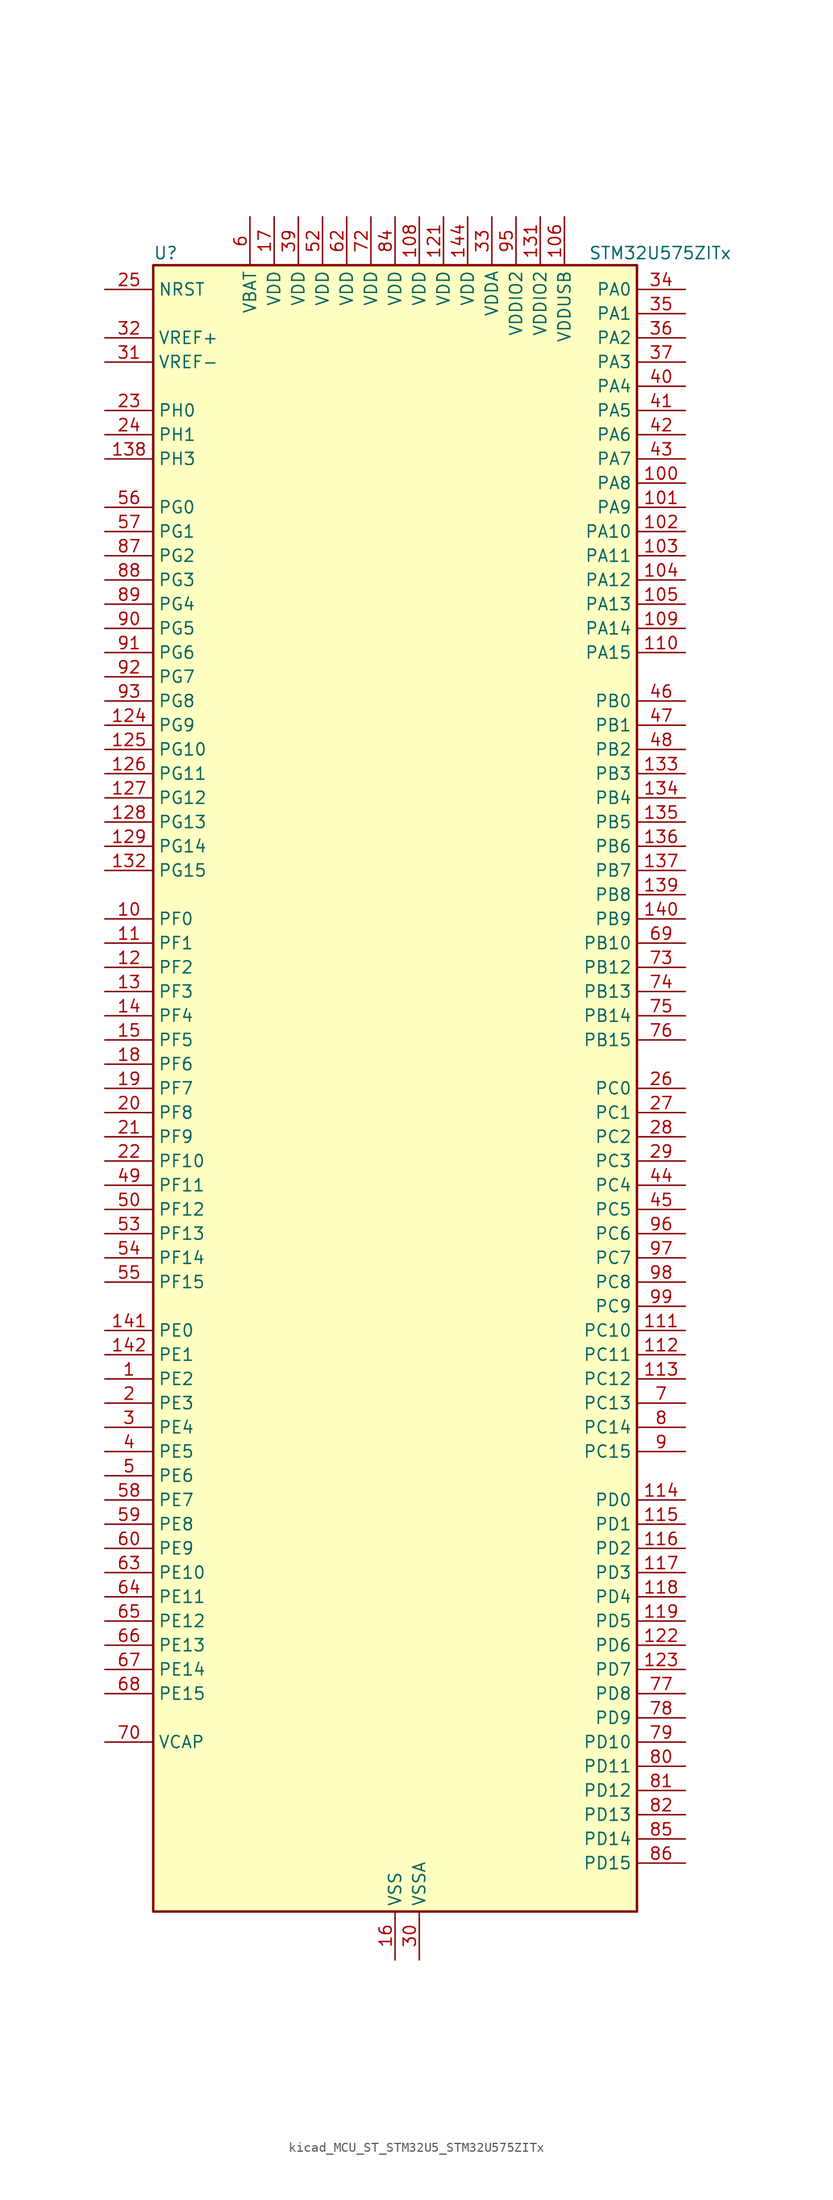
<source format=kicad_sym>
(kicad_symbol_lib
  (version 20220914)
  (generator kicad_symbol_editor)
  (symbol "kicad_MCU_ST_STM32U5_STM32U575ZITx"
    (property "Reference" "U"
      (at -25.4 87.63 0)
      (effects (font (size 1.27 1.27)) (justify left)))
    (property "Value" "STM32U575ZITx"
      (at 20.32 87.63 0)
      (effects (font (size 1.27 1.27)) (justify left)))
    (property "ki_locked" ""
      (at 0 0 0)
      (effects (font (size 1.27 1.27))))
    (symbol "kicad_MCU_ST_STM32U5_STM32U575ZITx_0_1"
      (rectangle (start -25.4 -86.36) (end 25.4 86.36) (stroke (width 0.254) (type default)) (fill (type background))))
    (symbol "kicad_MCU_ST_STM32U5_STM32U575ZITx_1_1"
      (pin bidirectional line (at -30.48 -30.48 0) (length 5.08) (name "PE2" (effects (font (size 1.27 1.27)))) (number "1" (effects (font (size 1.27 1.27)))) (alternate "DEBUG_TRACECLK" bidirectional line) (alternate "FMC_A23" bidirectional line) (alternate "SAI1_CK1" bidirectional line) (alternate "SAI1_MCLK_A" bidirectional line) (alternate "TIM3_ETR" bidirectional line) (alternate "TSC_G7_IO1" bidirectional line))
      (pin bidirectional line (at -30.48 17.78 0) (length 5.08) (name "PF0" (effects (font (size 1.27 1.27)))) (number "10" (effects (font (size 1.27 1.27)))) (alternate "FMC_A0" bidirectional line) (alternate "I2C2_SDA" bidirectional line) (alternate "OCTOSPIM_P2_IO0" bidirectional line))
      (pin bidirectional line (at 30.48 63.5 180) (length 5.08) (name "PA8" (effects (font (size 1.27 1.27)))) (number "100" (effects (font (size 1.27 1.27)))) (alternate "DEBUG_TRACECLK" bidirectional line) (alternate "LPTIM2_CH1" bidirectional line) (alternate "RCC_MCO" bidirectional line) (alternate "SAI1_CK2" bidirectional line) (alternate "SAI1_SCK_A" bidirectional line) (alternate "SPI1_RDY" bidirectional line) (alternate "TIM1_CH1" bidirectional line) (alternate "USART1_CK" bidirectional line) (alternate "USB_OTG_FS_SOF" bidirectional line))
      (pin bidirectional line (at 30.48 60.96 180) (length 5.08) (name "PA9" (effects (font (size 1.27 1.27)))) (number "101" (effects (font (size 1.27 1.27)))) (alternate "DAC1_EXTI9" bidirectional line) (alternate "DCMI_D0" bidirectional line) (alternate "PSSI_D0" bidirectional line) (alternate "SAI1_FS_A" bidirectional line) (alternate "SPI2_SCK" bidirectional line) (alternate "TIM15_BKIN" bidirectional line) (alternate "TIM1_CH2" bidirectional line) (alternate "USART1_TX" bidirectional line) (alternate "USB_OTG_FS_VBUS" bidirectional line))
      (pin bidirectional line (at 30.48 58.42 180) (length 5.08) (name "PA10" (effects (font (size 1.27 1.27)))) (number "102" (effects (font (size 1.27 1.27)))) (alternate "CRS_SYNC" bidirectional line) (alternate "DCMI_D1" bidirectional line) (alternate "LPTIM2_IN2" bidirectional line) (alternate "PSSI_D1" bidirectional line) (alternate "SAI1_D1" bidirectional line) (alternate "SAI1_SD_A" bidirectional line) (alternate "TIM17_BKIN" bidirectional line) (alternate "TIM1_CH3" bidirectional line) (alternate "USART1_RX" bidirectional line) (alternate "USB_OTG_FS_ID" bidirectional line))
      (pin bidirectional line (at 30.48 55.88 180) (length 5.08) (name "PA11" (effects (font (size 1.27 1.27)))) (number "103" (effects (font (size 1.27 1.27)))) (alternate "ADC1_EXTI11" bidirectional line) (alternate "FDCAN1_RX" bidirectional line) (alternate "SPI1_MISO" bidirectional line) (alternate "TIM1_BKIN2" bidirectional line) (alternate "TIM1_CH4" bidirectional line) (alternate "USART1_CTS" bidirectional line) (alternate "USB_OTG_FS_DM" bidirectional line))
      (pin bidirectional line (at 30.48 53.34 180) (length 5.08) (name "PA12" (effects (font (size 1.27 1.27)))) (number "104" (effects (font (size 1.27 1.27)))) (alternate "FDCAN1_TX" bidirectional line) (alternate "OCTOSPIM_P2_NCS" bidirectional line) (alternate "SPI1_MOSI" bidirectional line) (alternate "TIM1_ETR" bidirectional line) (alternate "USART1_DE" bidirectional line) (alternate "USART1_RTS" bidirectional line) (alternate "USB_OTG_FS_DP" bidirectional line))
      (pin bidirectional line (at 30.48 50.8 180) (length 5.08) (name "PA13" (effects (font (size 1.27 1.27)))) (number "105" (effects (font (size 1.27 1.27)))) (alternate "DEBUG_JTMS-SWDIO" bidirectional line) (alternate "IR_OUT" bidirectional line) (alternate "SAI1_SD_B" bidirectional line) (alternate "USB_OTG_FS_NOE" bidirectional line))
      (pin power_in line (at 17.78 91.44 270) (length 5.08) (name "VDDUSB" (effects (font (size 1.27 1.27)))) (number "106" (effects (font (size 1.27 1.27)))))
      (pin passive line (at 0 -91.44 90) (length 5.08) hide (name "VSS" (effects (font (size 1.27 1.27)))) (number "107" (effects (font (size 1.27 1.27)))))
      (pin power_in line (at 2.54 91.44 270) (length 5.08) (name "VDD" (effects (font (size 1.27 1.27)))) (number "108" (effects (font (size 1.27 1.27)))))
      (pin bidirectional line (at 30.48 48.26 180) (length 5.08) (name "PA14" (effects (font (size 1.27 1.27)))) (number "109" (effects (font (size 1.27 1.27)))) (alternate "DEBUG_JTCK-SWCLK" bidirectional line) (alternate "I2C1_SMBA" bidirectional line) (alternate "I2C4_SMBA" bidirectional line) (alternate "LPTIM1_CH1" bidirectional line) (alternate "SAI1_FS_B" bidirectional line) (alternate "USB_OTG_FS_SOF" bidirectional line))
      (pin bidirectional line (at -30.48 15.24 0) (length 5.08) (name "PF1" (effects (font (size 1.27 1.27)))) (number "11" (effects (font (size 1.27 1.27)))) (alternate "FMC_A1" bidirectional line) (alternate "I2C2_SCL" bidirectional line) (alternate "OCTOSPIM_P2_IO1" bidirectional line))
      (pin bidirectional line (at 30.48 45.72 180) (length 5.08) (name "PA15" (effects (font (size 1.27 1.27)))) (number "110" (effects (font (size 1.27 1.27)))) (alternate "ADC1_EXTI15" bidirectional line) (alternate "ADC4_EXTI15" bidirectional line) (alternate "DEBUG_JTDI" bidirectional line) (alternate "SAI2_FS_B" bidirectional line) (alternate "SPI1_NSS" bidirectional line) (alternate "SPI3_NSS" bidirectional line) (alternate "TIM2_CH1" bidirectional line) (alternate "TIM2_ETR" bidirectional line) (alternate "UART4_DE" bidirectional line) (alternate "UART4_RTS" bidirectional line) (alternate "UCPD1_CC1" bidirectional line) (alternate "USART2_RX" bidirectional line) (alternate "USART3_DE" bidirectional line) (alternate "USART3_RTS" bidirectional line))
      (pin bidirectional line (at 30.48 -25.4 180) (length 5.08) (name "PC10" (effects (font (size 1.27 1.27)))) (number "111" (effects (font (size 1.27 1.27)))) (alternate "ADF1_CCK1" bidirectional line) (alternate "DCMI_D8" bidirectional line) (alternate "DEBUG_TRACED1" bidirectional line) (alternate "LPTIM3_ETR" bidirectional line) (alternate "PSSI_D8" bidirectional line) (alternate "SAI2_SCK_B" bidirectional line) (alternate "SDMMC1_D2" bidirectional line) (alternate "SPI3_SCK" bidirectional line) (alternate "TSC_G3_IO2" bidirectional line) (alternate "UART4_TX" bidirectional line) (alternate "USART3_TX" bidirectional line))
      (pin bidirectional line (at 30.48 -27.94 180) (length 5.08) (name "PC11" (effects (font (size 1.27 1.27)))) (number "112" (effects (font (size 1.27 1.27)))) (alternate "ADC1_EXTI11" bidirectional line) (alternate "ADF1_SDI0" bidirectional line) (alternate "DCMI_D2" bidirectional line) (alternate "DCMI_D4" bidirectional line) (alternate "LPTIM3_IN1" bidirectional line) (alternate "OCTOSPIM_P1_NCS" bidirectional line) (alternate "PSSI_D2" bidirectional line) (alternate "PSSI_D4" bidirectional line) (alternate "SAI2_MCLK_B" bidirectional line) (alternate "SDMMC1_D3" bidirectional line) (alternate "SPI3_MISO" bidirectional line) (alternate "TSC_G3_IO3" bidirectional line) (alternate "UART4_RX" bidirectional line) (alternate "UCPD1_FRSTX2" bidirectional line) (alternate "USART3_RX" bidirectional line))
      (pin bidirectional line (at 30.48 -30.48 180) (length 5.08) (name "PC12" (effects (font (size 1.27 1.27)))) (number "113" (effects (font (size 1.27 1.27)))) (alternate "DCMI_D9" bidirectional line) (alternate "DEBUG_TRACED3" bidirectional line) (alternate "PSSI_D9" bidirectional line) (alternate "SAI2_SD_B" bidirectional line) (alternate "SDMMC1_CK" bidirectional line) (alternate "SPI3_MOSI" bidirectional line) (alternate "TSC_G3_IO4" bidirectional line) (alternate "UART5_TX" bidirectional line) (alternate "USART3_CK" bidirectional line))
      (pin bidirectional line (at 30.48 -43.18 180) (length 5.08) (name "PD0" (effects (font (size 1.27 1.27)))) (number "114" (effects (font (size 1.27 1.27)))) (alternate "FDCAN1_RX" bidirectional line) (alternate "FMC_D2" bidirectional line) (alternate "FMC_DA2" bidirectional line) (alternate "SPI2_NSS" bidirectional line) (alternate "TIM8_CH4N" bidirectional line))
      (pin bidirectional line (at 30.48 -45.72 180) (length 5.08) (name "PD1" (effects (font (size 1.27 1.27)))) (number "115" (effects (font (size 1.27 1.27)))) (alternate "FDCAN1_TX" bidirectional line) (alternate "FMC_D3" bidirectional line) (alternate "FMC_DA3" bidirectional line) (alternate "SPI2_SCK" bidirectional line))
      (pin bidirectional line (at 30.48 -48.26 180) (length 5.08) (name "PD2" (effects (font (size 1.27 1.27)))) (number "116" (effects (font (size 1.27 1.27)))) (alternate "DCMI_D11" bidirectional line) (alternate "DEBUG_TRACED2" bidirectional line) (alternate "LPTIM4_ETR" bidirectional line) (alternate "PSSI_D11" bidirectional line) (alternate "SDMMC1_CMD" bidirectional line) (alternate "TIM3_ETR" bidirectional line) (alternate "TSC_SYNC" bidirectional line) (alternate "UART5_RX" bidirectional line) (alternate "USART3_DE" bidirectional line) (alternate "USART3_RTS" bidirectional line))
      (pin bidirectional line (at 30.48 -50.8 180) (length 5.08) (name "PD3" (effects (font (size 1.27 1.27)))) (number "117" (effects (font (size 1.27 1.27)))) (alternate "DCMI_D5" bidirectional line) (alternate "FMC_CLK" bidirectional line) (alternate "MDF1_SDI0" bidirectional line) (alternate "OCTOSPIM_P2_NCS" bidirectional line) (alternate "PSSI_D5" bidirectional line) (alternate "SPI2_MISO" bidirectional line) (alternate "SPI2_SCK" bidirectional line) (alternate "USART2_CTS" bidirectional line))
      (pin bidirectional line (at 30.48 -53.34 180) (length 5.08) (name "PD4" (effects (font (size 1.27 1.27)))) (number "118" (effects (font (size 1.27 1.27)))) (alternate "FMC_NOE" bidirectional line) (alternate "MDF1_CKI0" bidirectional line) (alternate "OCTOSPIM_P1_IO4" bidirectional line) (alternate "SPI2_MOSI" bidirectional line) (alternate "USART2_DE" bidirectional line) (alternate "USART2_RTS" bidirectional line))
      (pin bidirectional line (at 30.48 -55.88 180) (length 5.08) (name "PD5" (effects (font (size 1.27 1.27)))) (number "119" (effects (font (size 1.27 1.27)))) (alternate "FMC_NWE" bidirectional line) (alternate "OCTOSPIM_P1_IO5" bidirectional line) (alternate "SPI2_RDY" bidirectional line) (alternate "USART2_TX" bidirectional line))
      (pin bidirectional line (at -30.48 12.7 0) (length 5.08) (name "PF2" (effects (font (size 1.27 1.27)))) (number "12" (effects (font (size 1.27 1.27)))) (alternate "FMC_A2" bidirectional line) (alternate "I2C2_SMBA" bidirectional line) (alternate "LPTIM3_CH2" bidirectional line) (alternate "OCTOSPIM_P2_IO2" bidirectional line) (alternate "PWR_WKUP8" bidirectional line))
      (pin passive line (at 0 -91.44 90) (length 5.08) hide (name "VSS" (effects (font (size 1.27 1.27)))) (number "120" (effects (font (size 1.27 1.27)))))
      (pin power_in line (at 5.08 91.44 270) (length 5.08) (name "VDD" (effects (font (size 1.27 1.27)))) (number "121" (effects (font (size 1.27 1.27)))))
      (pin bidirectional line (at 30.48 -58.42 180) (length 5.08) (name "PD6" (effects (font (size 1.27 1.27)))) (number "122" (effects (font (size 1.27 1.27)))) (alternate "DCMI_D10" bidirectional line) (alternate "FMC_NWAIT" bidirectional line) (alternate "MDF1_SDI1" bidirectional line) (alternate "OCTOSPIM_P1_IO6" bidirectional line) (alternate "PSSI_D10" bidirectional line) (alternate "SAI1_D1" bidirectional line) (alternate "SAI1_SD_A" bidirectional line) (alternate "SDMMC2_CK" bidirectional line) (alternate "SPI3_MOSI" bidirectional line) (alternate "USART2_RX" bidirectional line))
      (pin bidirectional line (at 30.48 -60.96 180) (length 5.08) (name "PD7" (effects (font (size 1.27 1.27)))) (number "123" (effects (font (size 1.27 1.27)))) (alternate "FMC_NCE" bidirectional line) (alternate "FMC_NE1" bidirectional line) (alternate "LPTIM4_OUT" bidirectional line) (alternate "MDF1_CKI1" bidirectional line) (alternate "OCTOSPIM_P1_IO7" bidirectional line) (alternate "SDMMC2_CMD" bidirectional line) (alternate "USART2_CK" bidirectional line))
      (pin bidirectional line (at -30.48 38.1 0) (length 5.08) (name "PG9" (effects (font (size 1.27 1.27)))) (number "124" (effects (font (size 1.27 1.27)))) (alternate "DAC1_EXTI9" bidirectional line) (alternate "FMC_NCE" bidirectional line) (alternate "FMC_NE2" bidirectional line) (alternate "OCTOSPIM_P2_IO6" bidirectional line) (alternate "SAI2_SCK_A" bidirectional line) (alternate "SPI3_SCK" bidirectional line) (alternate "TIM15_CH1N" bidirectional line) (alternate "USART1_TX" bidirectional line))
      (pin bidirectional line (at -30.48 35.56 0) (length 5.08) (name "PG10" (effects (font (size 1.27 1.27)))) (number "125" (effects (font (size 1.27 1.27)))) (alternate "FMC_NE3" bidirectional line) (alternate "LPTIM1_IN1" bidirectional line) (alternate "OCTOSPIM_P2_IO7" bidirectional line) (alternate "SAI2_FS_A" bidirectional line) (alternate "SPI3_MISO" bidirectional line) (alternate "TIM15_CH1" bidirectional line) (alternate "USART1_RX" bidirectional line))
      (pin bidirectional line (at -30.48 33.02 0) (length 5.08) (name "PG11" (effects (font (size 1.27 1.27)))) (number "126" (effects (font (size 1.27 1.27)))) (alternate "ADC1_EXTI11" bidirectional line) (alternate "LPTIM1_IN2" bidirectional line) (alternate "OCTOSPIM_P1_IO5" bidirectional line) (alternate "SAI2_MCLK_A" bidirectional line) (alternate "SPI3_MOSI" bidirectional line) (alternate "TIM15_CH2" bidirectional line) (alternate "USART1_CTS" bidirectional line))
      (pin bidirectional line (at -30.48 30.48 0) (length 5.08) (name "PG12" (effects (font (size 1.27 1.27)))) (number "127" (effects (font (size 1.27 1.27)))) (alternate "FMC_NE4" bidirectional line) (alternate "LPTIM1_ETR" bidirectional line) (alternate "OCTOSPIM_P2_NCS" bidirectional line) (alternate "SAI2_SD_A" bidirectional line) (alternate "SPI3_NSS" bidirectional line) (alternate "USART1_DE" bidirectional line) (alternate "USART1_RTS" bidirectional line))
      (pin bidirectional line (at -30.48 27.94 0) (length 5.08) (name "PG13" (effects (font (size 1.27 1.27)))) (number "128" (effects (font (size 1.27 1.27)))) (alternate "FMC_A24" bidirectional line) (alternate "I2C1_SDA" bidirectional line) (alternate "SPI3_RDY" bidirectional line) (alternate "USART1_CK" bidirectional line))
      (pin bidirectional line (at -30.48 25.4 0) (length 5.08) (name "PG14" (effects (font (size 1.27 1.27)))) (number "129" (effects (font (size 1.27 1.27)))) (alternate "FMC_A25" bidirectional line) (alternate "I2C1_SCL" bidirectional line) (alternate "LPTIM1_CH2" bidirectional line))
      (pin bidirectional line (at -30.48 10.16 0) (length 5.08) (name "PF3" (effects (font (size 1.27 1.27)))) (number "13" (effects (font (size 1.27 1.27)))) (alternate "FMC_A3" bidirectional line) (alternate "LPTIM3_IN1" bidirectional line) (alternate "OCTOSPIM_P2_IO3" bidirectional line))
      (pin passive line (at 0 -91.44 90) (length 5.08) hide (name "VSS" (effects (font (size 1.27 1.27)))) (number "130" (effects (font (size 1.27 1.27)))))
      (pin power_in line (at 15.24 91.44 270) (length 5.08) (name "VDDIO2" (effects (font (size 1.27 1.27)))) (number "131" (effects (font (size 1.27 1.27)))))
      (pin bidirectional line (at -30.48 22.86 0) (length 5.08) (name "PG15" (effects (font (size 1.27 1.27)))) (number "132" (effects (font (size 1.27 1.27)))) (alternate "ADC1_EXTI15" bidirectional line) (alternate "ADC4_EXTI15" bidirectional line) (alternate "DCMI_D13" bidirectional line) (alternate "I2C1_SMBA" bidirectional line) (alternate "LPTIM1_CH1" bidirectional line) (alternate "OCTOSPIM_P2_DQS" bidirectional line) (alternate "PSSI_D13" bidirectional line))
      (pin bidirectional line (at 30.48 33.02 180) (length 5.08) (name "PB3" (effects (font (size 1.27 1.27)))) (number "133" (effects (font (size 1.27 1.27)))) (alternate "ADF1_CCK0" bidirectional line) (alternate "COMP2_INM" bidirectional line) (alternate "CRS_SYNC" bidirectional line) (alternate "DEBUG_JTDO-SWO" bidirectional line) (alternate "I2C1_SDA" bidirectional line) (alternate "LPTIM1_CH1" bidirectional line) (alternate "SAI1_SCK_B" bidirectional line) (alternate "SDMMC2_D2" bidirectional line) (alternate "SPI1_SCK" bidirectional line) (alternate "SPI3_SCK" bidirectional line) (alternate "TIM2_CH2" bidirectional line) (alternate "USART1_DE" bidirectional line) (alternate "USART1_RTS" bidirectional line))
      (pin bidirectional line (at 30.48 30.48 180) (length 5.08) (name "PB4" (effects (font (size 1.27 1.27)))) (number "134" (effects (font (size 1.27 1.27)))) (alternate "ADF1_SDI0" bidirectional line) (alternate "COMP2_INP" bidirectional line) (alternate "DCMI_D12" bidirectional line) (alternate "DEBUG_JTRST" bidirectional line) (alternate "I2C3_SDA" bidirectional line) (alternate "LPTIM1_CH2" bidirectional line) (alternate "PSSI_D12" bidirectional line) (alternate "SAI1_MCLK_B" bidirectional line) (alternate "SDMMC2_D3" bidirectional line) (alternate "SPI1_MISO" bidirectional line) (alternate "SPI3_MISO" bidirectional line) (alternate "TIM17_BKIN" bidirectional line) (alternate "TIM3_CH1" bidirectional line) (alternate "TSC_G2_IO1" bidirectional line) (alternate "UART5_DE" bidirectional line) (alternate "UART5_RTS" bidirectional line) (alternate "USART1_CTS" bidirectional line))
      (pin bidirectional line (at 30.48 27.94 180) (length 5.08) (name "PB5" (effects (font (size 1.27 1.27)))) (number "135" (effects (font (size 1.27 1.27)))) (alternate "COMP2_OUT" bidirectional line) (alternate "DCMI_D10" bidirectional line) (alternate "I2C1_SMBA" bidirectional line) (alternate "LPTIM1_IN1" bidirectional line) (alternate "OCTOSPIM_P1_NCLK" bidirectional line) (alternate "PSSI_D10" bidirectional line) (alternate "PWR_WKUP6" bidirectional line) (alternate "SAI1_SD_B" bidirectional line) (alternate "SPI1_MOSI" bidirectional line) (alternate "SPI3_MOSI" bidirectional line) (alternate "TIM16_BKIN" bidirectional line) (alternate "TIM3_CH2" bidirectional line) (alternate "TSC_G2_IO2" bidirectional line) (alternate "UART5_CTS" bidirectional line) (alternate "UCPD1_DBCC1" bidirectional line) (alternate "USART1_CK" bidirectional line))
      (pin bidirectional line (at 30.48 25.4 180) (length 5.08) (name "PB6" (effects (font (size 1.27 1.27)))) (number "136" (effects (font (size 1.27 1.27)))) (alternate "COMP2_INP" bidirectional line) (alternate "DCMI_D5" bidirectional line) (alternate "I2C1_SCL" bidirectional line) (alternate "I2C4_SCL" bidirectional line) (alternate "LPTIM1_ETR" bidirectional line) (alternate "MDF1_SDI5" bidirectional line) (alternate "PSSI_D5" bidirectional line) (alternate "PWR_WKUP3" bidirectional line) (alternate "SAI1_FS_B" bidirectional line) (alternate "TIM16_CH1N" bidirectional line) (alternate "TIM4_CH1" bidirectional line) (alternate "TIM8_BKIN2" bidirectional line) (alternate "TSC_G2_IO3" bidirectional line) (alternate "USART1_TX" bidirectional line))
      (pin bidirectional line (at 30.48 22.86 180) (length 5.08) (name "PB7" (effects (font (size 1.27 1.27)))) (number "137" (effects (font (size 1.27 1.27)))) (alternate "COMP2_INM" bidirectional line) (alternate "DCMI_VSYNC" bidirectional line) (alternate "FMC_NL" bidirectional line) (alternate "I2C1_SDA" bidirectional line) (alternate "I2C4_SDA" bidirectional line) (alternate "LPTIM1_IN2" bidirectional line) (alternate "MDF1_CKI5" bidirectional line) (alternate "PSSI_RDY" bidirectional line) (alternate "PWR_PVD_IN" bidirectional line) (alternate "PWR_WKUP4" bidirectional line) (alternate "TIM17_CH1N" bidirectional line) (alternate "TIM4_CH2" bidirectional line) (alternate "TIM8_BKIN" bidirectional line) (alternate "TSC_G2_IO4" bidirectional line) (alternate "UART4_CTS" bidirectional line) (alternate "USART1_RX" bidirectional line))
      (pin bidirectional line (at -30.48 66.04 0) (length 5.08) (name "PH3" (effects (font (size 1.27 1.27)))) (number "138" (effects (font (size 1.27 1.27)))))
      (pin bidirectional line (at 30.48 20.32 180) (length 5.08) (name "PB8" (effects (font (size 1.27 1.27)))) (number "139" (effects (font (size 1.27 1.27)))) (alternate "DCMI_D6" bidirectional line) (alternate "FDCAN1_RX" bidirectional line) (alternate "I2C1_SCL" bidirectional line) (alternate "MDF1_CCK0" bidirectional line) (alternate "PSSI_D6" bidirectional line) (alternate "PWR_WKUP5" bidirectional line) (alternate "SAI1_CK1" bidirectional line) (alternate "SAI1_MCLK_A" bidirectional line) (alternate "SDMMC1_CKIN" bidirectional line) (alternate "SDMMC1_D4" bidirectional line) (alternate "SDMMC2_D4" bidirectional line) (alternate "SPI3_RDY" bidirectional line) (alternate "TIM16_CH1" bidirectional line) (alternate "TIM4_CH3" bidirectional line))
      (pin bidirectional line (at -30.48 7.62 0) (length 5.08) (name "PF4" (effects (font (size 1.27 1.27)))) (number "14" (effects (font (size 1.27 1.27)))) (alternate "FMC_A4" bidirectional line) (alternate "LPTIM3_ETR" bidirectional line) (alternate "OCTOSPIM_P2_CLK" bidirectional line))
      (pin bidirectional line (at 30.48 17.78 180) (length 5.08) (name "PB9" (effects (font (size 1.27 1.27)))) (number "140" (effects (font (size 1.27 1.27)))) (alternate "DAC1_EXTI9" bidirectional line) (alternate "DCMI_D7" bidirectional line) (alternate "FDCAN1_TX" bidirectional line) (alternate "I2C1_SDA" bidirectional line) (alternate "IR_OUT" bidirectional line) (alternate "PSSI_D7" bidirectional line) (alternate "SAI1_D2" bidirectional line) (alternate "SAI1_FS_A" bidirectional line) (alternate "SDMMC1_CDIR" bidirectional line) (alternate "SDMMC1_D5" bidirectional line) (alternate "SDMMC2_D5" bidirectional line) (alternate "SPI2_NSS" bidirectional line) (alternate "TIM17_CH1" bidirectional line) (alternate "TIM4_CH4" bidirectional line))
      (pin bidirectional line (at -30.48 -25.4 0) (length 5.08) (name "PE0" (effects (font (size 1.27 1.27)))) (number "141" (effects (font (size 1.27 1.27)))) (alternate "DCMI_D2" bidirectional line) (alternate "FMC_NBL0" bidirectional line) (alternate "PSSI_D2" bidirectional line) (alternate "TIM16_CH1" bidirectional line) (alternate "TIM4_ETR" bidirectional line))
      (pin bidirectional line (at -30.48 -27.94 0) (length 5.08) (name "PE1" (effects (font (size 1.27 1.27)))) (number "142" (effects (font (size 1.27 1.27)))) (alternate "DCMI_D3" bidirectional line) (alternate "FMC_NBL1" bidirectional line) (alternate "PSSI_D3" bidirectional line) (alternate "TIM17_CH1" bidirectional line))
      (pin passive line (at 0 -91.44 90) (length 5.08) hide (name "VSS" (effects (font (size 1.27 1.27)))) (number "143" (effects (font (size 1.27 1.27)))))
      (pin power_in line (at 7.62 91.44 270) (length 5.08) (name "VDD" (effects (font (size 1.27 1.27)))) (number "144" (effects (font (size 1.27 1.27)))))
      (pin bidirectional line (at -30.48 5.08 0) (length 5.08) (name "PF5" (effects (font (size 1.27 1.27)))) (number "15" (effects (font (size 1.27 1.27)))) (alternate "FMC_A5" bidirectional line) (alternate "LPTIM3_CH1" bidirectional line) (alternate "OCTOSPIM_P2_NCLK" bidirectional line))
      (pin power_in line (at 0 -91.44 90) (length 5.08) (name "VSS" (effects (font (size 1.27 1.27)))) (number "16" (effects (font (size 1.27 1.27)))))
      (pin power_in line (at -12.7 91.44 270) (length 5.08) (name "VDD" (effects (font (size 1.27 1.27)))) (number "17" (effects (font (size 1.27 1.27)))))
      (pin bidirectional line (at -30.48 2.54 0) (length 5.08) (name "PF6" (effects (font (size 1.27 1.27)))) (number "18" (effects (font (size 1.27 1.27)))) (alternate "DCMI_D12" bidirectional line) (alternate "OCTOSPIM_P1_IO3" bidirectional line) (alternate "OCTOSPIM_P2_NCS" bidirectional line) (alternate "PSSI_D12" bidirectional line) (alternate "SAI1_SD_B" bidirectional line) (alternate "TIM5_CH1" bidirectional line) (alternate "TIM5_ETR" bidirectional line))
      (pin bidirectional line (at -30.48 0 0) (length 5.08) (name "PF7" (effects (font (size 1.27 1.27)))) (number "19" (effects (font (size 1.27 1.27)))) (alternate "FDCAN1_RX" bidirectional line) (alternate "OCTOSPIM_P1_IO2" bidirectional line) (alternate "SAI1_MCLK_B" bidirectional line) (alternate "TIM5_CH2" bidirectional line))
      (pin bidirectional line (at -30.48 -33.02 0) (length 5.08) (name "PE3" (effects (font (size 1.27 1.27)))) (number "2" (effects (font (size 1.27 1.27)))) (alternate "DEBUG_TRACED0" bidirectional line) (alternate "FMC_A19" bidirectional line) (alternate "OCTOSPIM_P1_DQS" bidirectional line) (alternate "SAI1_SD_B" bidirectional line) (alternate "TAMP_IN6" bidirectional line) (alternate "TAMP_OUT3" bidirectional line) (alternate "TIM3_CH1" bidirectional line) (alternate "TSC_G7_IO2" bidirectional line))
      (pin bidirectional line (at -30.48 -2.54 0) (length 5.08) (name "PF8" (effects (font (size 1.27 1.27)))) (number "20" (effects (font (size 1.27 1.27)))) (alternate "FDCAN1_TX" bidirectional line) (alternate "OCTOSPIM_P1_IO0" bidirectional line) (alternate "PSSI_D14" bidirectional line) (alternate "SAI1_SCK_B" bidirectional line) (alternate "TIM5_CH3" bidirectional line))
      (pin bidirectional line (at -30.48 -5.08 0) (length 5.08) (name "PF9" (effects (font (size 1.27 1.27)))) (number "21" (effects (font (size 1.27 1.27)))) (alternate "DAC1_EXTI9" bidirectional line) (alternate "OCTOSPIM_P1_IO1" bidirectional line) (alternate "PSSI_D15" bidirectional line) (alternate "SAI1_FS_B" bidirectional line) (alternate "TIM15_CH1" bidirectional line) (alternate "TIM5_CH4" bidirectional line))
      (pin bidirectional line (at -30.48 -7.62 0) (length 5.08) (name "PF10" (effects (font (size 1.27 1.27)))) (number "22" (effects (font (size 1.27 1.27)))) (alternate "DCMI_D11" bidirectional line) (alternate "MDF1_CCK1" bidirectional line) (alternate "OCTOSPIM_P1_CLK" bidirectional line) (alternate "PSSI_D11" bidirectional line) (alternate "PSSI_D15" bidirectional line) (alternate "SAI1_D3" bidirectional line) (alternate "TIM15_CH2" bidirectional line))
      (pin bidirectional line (at -30.48 71.12 0) (length 5.08) (name "PH0" (effects (font (size 1.27 1.27)))) (number "23" (effects (font (size 1.27 1.27)))) (alternate "RCC_OSC_IN" bidirectional line))
      (pin bidirectional line (at -30.48 68.58 0) (length 5.08) (name "PH1" (effects (font (size 1.27 1.27)))) (number "24" (effects (font (size 1.27 1.27)))) (alternate "RCC_OSC_OUT" bidirectional line))
      (pin input line (at -30.48 83.82 0) (length 5.08) (name "NRST" (effects (font (size 1.27 1.27)))) (number "25" (effects (font (size 1.27 1.27)))))
      (pin bidirectional line (at 30.48 0 180) (length 5.08) (name "PC0" (effects (font (size 1.27 1.27)))) (number "26" (effects (font (size 1.27 1.27)))) (alternate "ADC1_IN1" bidirectional line) (alternate "ADC4_IN1" bidirectional line) (alternate "I2C3_SCL" bidirectional line) (alternate "LPTIM1_IN1" bidirectional line) (alternate "LPTIM2_IN1" bidirectional line) (alternate "LPUART1_RX" bidirectional line) (alternate "MDF1_SDI4" bidirectional line) (alternate "OCTOSPIM_P1_IO7" bidirectional line) (alternate "SAI2_FS_A" bidirectional line) (alternate "SDMMC1_D5" bidirectional line) (alternate "SPI2_RDY" bidirectional line))
      (pin bidirectional line (at 30.48 -2.54 180) (length 5.08) (name "PC1" (effects (font (size 1.27 1.27)))) (number "27" (effects (font (size 1.27 1.27)))) (alternate "ADC1_IN2" bidirectional line) (alternate "ADC4_IN2" bidirectional line) (alternate "DEBUG_TRACED0" bidirectional line) (alternate "I2C3_SDA" bidirectional line) (alternate "LPTIM1_CH1" bidirectional line) (alternate "LPUART1_TX" bidirectional line) (alternate "MDF1_CKI4" bidirectional line) (alternate "OCTOSPIM_P1_IO4" bidirectional line) (alternate "SAI1_SD_A" bidirectional line) (alternate "SDMMC2_CK" bidirectional line) (alternate "SPI2_MOSI" bidirectional line))
      (pin bidirectional line (at 30.48 -5.08 180) (length 5.08) (name "PC2" (effects (font (size 1.27 1.27)))) (number "28" (effects (font (size 1.27 1.27)))) (alternate "ADC1_IN3" bidirectional line) (alternate "ADC4_IN3" bidirectional line) (alternate "LPTIM1_IN2" bidirectional line) (alternate "MDF1_CCK1" bidirectional line) (alternate "OCTOSPIM_P1_IO5" bidirectional line) (alternate "SPI2_MISO" bidirectional line))
      (pin bidirectional line (at 30.48 -7.62 180) (length 5.08) (name "PC3" (effects (font (size 1.27 1.27)))) (number "29" (effects (font (size 1.27 1.27)))) (alternate "ADC1_IN4" bidirectional line) (alternate "ADC4_IN4" bidirectional line) (alternate "LPTIM1_ETR" bidirectional line) (alternate "LPTIM2_ETR" bidirectional line) (alternate "LPTIM3_CH1" bidirectional line) (alternate "OCTOSPIM_P1_IO6" bidirectional line) (alternate "SAI1_D1" bidirectional line) (alternate "SAI1_SD_A" bidirectional line) (alternate "SPI2_MOSI" bidirectional line))
      (pin bidirectional line (at -30.48 -35.56 0) (length 5.08) (name "PE4" (effects (font (size 1.27 1.27)))) (number "3" (effects (font (size 1.27 1.27)))) (alternate "DCMI_D4" bidirectional line) (alternate "DEBUG_TRACED1" bidirectional line) (alternate "FMC_A20" bidirectional line) (alternate "MDF1_SDI3" bidirectional line) (alternate "PSSI_D4" bidirectional line) (alternate "PWR_WKUP1" bidirectional line) (alternate "SAI1_D2" bidirectional line) (alternate "SAI1_FS_A" bidirectional line) (alternate "TAMP_IN7" bidirectional line) (alternate "TAMP_OUT8" bidirectional line) (alternate "TIM3_CH2" bidirectional line) (alternate "TSC_G7_IO3" bidirectional line))
      (pin power_in line (at 2.54 -91.44 90) (length 5.08) (name "VSSA" (effects (font (size 1.27 1.27)))) (number "30" (effects (font (size 1.27 1.27)))))
      (pin input line (at -30.48 76.2 0) (length 5.08) (name "VREF-" (effects (font (size 1.27 1.27)))) (number "31" (effects (font (size 1.27 1.27)))))
      (pin input line (at -30.48 78.74 0) (length 5.08) (name "VREF+" (effects (font (size 1.27 1.27)))) (number "32" (effects (font (size 1.27 1.27)))) (alternate "VREFBUF_OUT" bidirectional line))
      (pin power_in line (at 10.16 91.44 270) (length 5.08) (name "VDDA" (effects (font (size 1.27 1.27)))) (number "33" (effects (font (size 1.27 1.27)))))
      (pin bidirectional line (at 30.48 83.82 180) (length 5.08) (name "PA0" (effects (font (size 1.27 1.27)))) (number "34" (effects (font (size 1.27 1.27)))) (alternate "ADC1_IN5" bidirectional line) (alternate "AUDIOCLK" bidirectional line) (alternate "OCTOSPIM_P2_NCS" bidirectional line) (alternate "OPAMP1_VINP" bidirectional line) (alternate "PWR_WKUP1" bidirectional line) (alternate "SDMMC2_CMD" bidirectional line) (alternate "SPI3_RDY" bidirectional line) (alternate "TAMP_IN2" bidirectional line) (alternate "TAMP_OUT1" bidirectional line) (alternate "TIM2_CH1" bidirectional line) (alternate "TIM2_ETR" bidirectional line) (alternate "TIM5_CH1" bidirectional line) (alternate "TIM8_ETR" bidirectional line) (alternate "UART4_TX" bidirectional line) (alternate "USART2_CTS" bidirectional line))
      (pin bidirectional line (at 30.48 81.28 180) (length 5.08) (name "PA1" (effects (font (size 1.27 1.27)))) (number "35" (effects (font (size 1.27 1.27)))) (alternate "ADC1_IN6" bidirectional line) (alternate "I2C1_SMBA" bidirectional line) (alternate "LPTIM1_CH2" bidirectional line) (alternate "OCTOSPIM_P1_DQS" bidirectional line) (alternate "OPAMP1_VINM" bidirectional line) (alternate "PWR_WKUP3" bidirectional line) (alternate "SPI1_SCK" bidirectional line) (alternate "TAMP_IN5" bidirectional line) (alternate "TAMP_OUT4" bidirectional line) (alternate "TIM15_CH1N" bidirectional line) (alternate "TIM2_CH2" bidirectional line) (alternate "TIM5_CH2" bidirectional line) (alternate "UART4_RX" bidirectional line) (alternate "USART2_DE" bidirectional line) (alternate "USART2_RTS" bidirectional line))
      (pin bidirectional line (at 30.48 78.74 180) (length 5.08) (name "PA2" (effects (font (size 1.27 1.27)))) (number "36" (effects (font (size 1.27 1.27)))) (alternate "ADC1_IN7" bidirectional line) (alternate "COMP1_INP" bidirectional line) (alternate "LPUART1_TX" bidirectional line) (alternate "OCTOSPIM_P1_NCS" bidirectional line) (alternate "PWR_WKUP4" bidirectional line) (alternate "RCC_LSCO" bidirectional line) (alternate "SPI1_RDY" bidirectional line) (alternate "TIM15_CH1" bidirectional line) (alternate "TIM2_CH3" bidirectional line) (alternate "TIM5_CH3" bidirectional line) (alternate "UCPD1_FRSTX1" bidirectional line) (alternate "USART2_TX" bidirectional line))
      (pin bidirectional line (at 30.48 76.2 180) (length 5.08) (name "PA3" (effects (font (size 1.27 1.27)))) (number "37" (effects (font (size 1.27 1.27)))) (alternate "ADC1_IN8" bidirectional line) (alternate "LPUART1_RX" bidirectional line) (alternate "OCTOSPIM_P1_CLK" bidirectional line) (alternate "OPAMP1_VOUT" bidirectional line) (alternate "PWR_WKUP5" bidirectional line) (alternate "SAI1_CK1" bidirectional line) (alternate "SAI1_MCLK_A" bidirectional line) (alternate "TIM15_CH2" bidirectional line) (alternate "TIM2_CH4" bidirectional line) (alternate "TIM5_CH4" bidirectional line) (alternate "USART2_RX" bidirectional line))
      (pin passive line (at 0 -91.44 90) (length 5.08) hide (name "VSS" (effects (font (size 1.27 1.27)))) (number "38" (effects (font (size 1.27 1.27)))))
      (pin power_in line (at -10.16 91.44 270) (length 5.08) (name "VDD" (effects (font (size 1.27 1.27)))) (number "39" (effects (font (size 1.27 1.27)))))
      (pin bidirectional line (at -30.48 -38.1 0) (length 5.08) (name "PE5" (effects (font (size 1.27 1.27)))) (number "4" (effects (font (size 1.27 1.27)))) (alternate "DCMI_D6" bidirectional line) (alternate "DEBUG_TRACED2" bidirectional line) (alternate "FMC_A21" bidirectional line) (alternate "MDF1_CKI3" bidirectional line) (alternate "PSSI_D6" bidirectional line) (alternate "PWR_WKUP2" bidirectional line) (alternate "SAI1_CK2" bidirectional line) (alternate "SAI1_SCK_A" bidirectional line) (alternate "TAMP_IN8" bidirectional line) (alternate "TAMP_OUT7" bidirectional line) (alternate "TIM3_CH3" bidirectional line) (alternate "TSC_G7_IO4" bidirectional line))
      (pin bidirectional line (at 30.48 73.66 180) (length 5.08) (name "PA4" (effects (font (size 1.27 1.27)))) (number "40" (effects (font (size 1.27 1.27)))) (alternate "ADC1_IN9" bidirectional line) (alternate "ADC4_IN9" bidirectional line) (alternate "DAC1_OUT1" bidirectional line) (alternate "DCMI_HSYNC" bidirectional line) (alternate "LPTIM2_CH1" bidirectional line) (alternate "OCTOSPIM_P1_NCS" bidirectional line) (alternate "PSSI_DE" bidirectional line) (alternate "PWR_WKUP2" bidirectional line) (alternate "SAI1_FS_B" bidirectional line) (alternate "SPI1_NSS" bidirectional line) (alternate "SPI3_NSS" bidirectional line) (alternate "USART2_CK" bidirectional line))
      (pin bidirectional line (at 30.48 71.12 180) (length 5.08) (name "PA5" (effects (font (size 1.27 1.27)))) (number "41" (effects (font (size 1.27 1.27)))) (alternate "ADC1_IN10" bidirectional line) (alternate "ADC4_IN10" bidirectional line) (alternate "DAC1_OUT2" bidirectional line) (alternate "LPTIM2_ETR" bidirectional line) (alternate "PSSI_D14" bidirectional line) (alternate "PWR_CSLEEP" bidirectional line) (alternate "PWR_WKUP6" bidirectional line) (alternate "SPI1_SCK" bidirectional line) (alternate "TIM2_CH1" bidirectional line) (alternate "TIM2_ETR" bidirectional line) (alternate "TIM8_CH1N" bidirectional line) (alternate "USART3_RX" bidirectional line))
      (pin bidirectional line (at 30.48 68.58 180) (length 5.08) (name "PA6" (effects (font (size 1.27 1.27)))) (number "42" (effects (font (size 1.27 1.27)))) (alternate "ADC1_IN11" bidirectional line) (alternate "ADC4_IN11" bidirectional line) (alternate "DCMI_PIXCLK" bidirectional line) (alternate "LPUART1_CTS" bidirectional line) (alternate "OCTOSPIM_P1_IO3" bidirectional line) (alternate "OPAMP2_VINP" bidirectional line) (alternate "PSSI_PDCK" bidirectional line) (alternate "PWR_CDSTOP" bidirectional line) (alternate "PWR_WKUP7" bidirectional line) (alternate "SPI1_MISO" bidirectional line) (alternate "TIM16_CH1" bidirectional line) (alternate "TIM1_BKIN" bidirectional line) (alternate "TIM3_CH1" bidirectional line) (alternate "TIM8_BKIN" bidirectional line) (alternate "USART3_CTS" bidirectional line))
      (pin bidirectional line (at 30.48 66.04 180) (length 5.08) (name "PA7" (effects (font (size 1.27 1.27)))) (number "43" (effects (font (size 1.27 1.27)))) (alternate "ADC1_IN12" bidirectional line) (alternate "ADC4_IN20" bidirectional line) (alternate "I2C3_SCL" bidirectional line) (alternate "LPTIM2_CH2" bidirectional line) (alternate "OCTOSPIM_P1_IO2" bidirectional line) (alternate "OPAMP2_VINM" bidirectional line) (alternate "PWR_SRDSTOP" bidirectional line) (alternate "PWR_WKUP8" bidirectional line) (alternate "SPI1_MOSI" bidirectional line) (alternate "TIM17_CH1" bidirectional line) (alternate "TIM1_CH1N" bidirectional line) (alternate "TIM3_CH2" bidirectional line) (alternate "TIM8_CH1N" bidirectional line) (alternate "USART3_TX" bidirectional line))
      (pin bidirectional line (at 30.48 -10.16 180) (length 5.08) (name "PC4" (effects (font (size 1.27 1.27)))) (number "44" (effects (font (size 1.27 1.27)))) (alternate "ADC1_IN13" bidirectional line) (alternate "ADC4_IN22" bidirectional line) (alternate "COMP1_INM" bidirectional line) (alternate "OCTOSPIM_P1_IO7" bidirectional line) (alternate "USART3_TX" bidirectional line))
      (pin bidirectional line (at 30.48 -12.7 180) (length 5.08) (name "PC5" (effects (font (size 1.27 1.27)))) (number "45" (effects (font (size 1.27 1.27)))) (alternate "ADC1_IN14" bidirectional line) (alternate "ADC4_IN23" bidirectional line) (alternate "COMP1_INP" bidirectional line) (alternate "PSSI_D15" bidirectional line) (alternate "PWR_WKUP5" bidirectional line) (alternate "SAI1_D3" bidirectional line) (alternate "TAMP_IN4" bidirectional line) (alternate "TAMP_OUT5" bidirectional line) (alternate "TIM1_CH4N" bidirectional line) (alternate "USART3_RX" bidirectional line))
      (pin bidirectional line (at 30.48 40.64 180) (length 5.08) (name "PB0" (effects (font (size 1.27 1.27)))) (number "46" (effects (font (size 1.27 1.27)))) (alternate "ADC1_IN15" bidirectional line) (alternate "ADC4_IN18" bidirectional line) (alternate "AUDIOCLK" bidirectional line) (alternate "COMP1_OUT" bidirectional line) (alternate "LPTIM3_CH1" bidirectional line) (alternate "OCTOSPIM_P1_IO1" bidirectional line) (alternate "OPAMP2_VOUT" bidirectional line) (alternate "SPI1_NSS" bidirectional line) (alternate "TIM1_CH2N" bidirectional line) (alternate "TIM3_CH3" bidirectional line) (alternate "TIM8_CH2N" bidirectional line) (alternate "USART3_CK" bidirectional line))
      (pin bidirectional line (at 30.48 38.1 180) (length 5.08) (name "PB1" (effects (font (size 1.27 1.27)))) (number "47" (effects (font (size 1.27 1.27)))) (alternate "ADC1_IN16" bidirectional line) (alternate "ADC4_IN19" bidirectional line) (alternate "COMP1_INM" bidirectional line) (alternate "LPTIM2_IN1" bidirectional line) (alternate "LPTIM3_CH2" bidirectional line) (alternate "LPUART1_DE" bidirectional line) (alternate "LPUART1_RTS" bidirectional line) (alternate "MDF1_SDI0" bidirectional line) (alternate "OCTOSPIM_P1_IO0" bidirectional line) (alternate "PWR_WKUP4" bidirectional line) (alternate "TIM1_CH3N" bidirectional line) (alternate "TIM3_CH4" bidirectional line) (alternate "TIM8_CH3N" bidirectional line) (alternate "USART3_DE" bidirectional line) (alternate "USART3_RTS" bidirectional line))
      (pin bidirectional line (at 30.48 35.56 180) (length 5.08) (name "PB2" (effects (font (size 1.27 1.27)))) (number "48" (effects (font (size 1.27 1.27)))) (alternate "ADC1_IN17" bidirectional line) (alternate "COMP1_INP" bidirectional line) (alternate "I2C3_SMBA" bidirectional line) (alternate "LPTIM1_CH1" bidirectional line) (alternate "MDF1_CKI0" bidirectional line) (alternate "OCTOSPIM_P1_DQS" bidirectional line) (alternate "PWR_WKUP1" bidirectional line) (alternate "RTC_OUT2" bidirectional line) (alternate "SPI1_RDY" bidirectional line) (alternate "TIM8_CH4N" bidirectional line) (alternate "UCPD1_FRSTX1" bidirectional line))
      (pin bidirectional line (at -30.48 -10.16 0) (length 5.08) (name "PF11" (effects (font (size 1.27 1.27)))) (number "49" (effects (font (size 1.27 1.27)))) (alternate "ADC1_EXTI11" bidirectional line) (alternate "DCMI_D12" bidirectional line) (alternate "LPTIM4_IN1" bidirectional line) (alternate "OCTOSPIM_P1_NCLK" bidirectional line) (alternate "PSSI_D12" bidirectional line))
      (pin bidirectional line (at -30.48 -40.64 0) (length 5.08) (name "PE6" (effects (font (size 1.27 1.27)))) (number "5" (effects (font (size 1.27 1.27)))) (alternate "DCMI_D7" bidirectional line) (alternate "DEBUG_TRACED3" bidirectional line) (alternate "FMC_A22" bidirectional line) (alternate "PSSI_D7" bidirectional line) (alternate "PWR_WKUP3" bidirectional line) (alternate "SAI1_D1" bidirectional line) (alternate "SAI1_SD_A" bidirectional line) (alternate "TAMP_IN3" bidirectional line) (alternate "TAMP_OUT6" bidirectional line) (alternate "TIM3_CH4" bidirectional line))
      (pin bidirectional line (at -30.48 -12.7 0) (length 5.08) (name "PF12" (effects (font (size 1.27 1.27)))) (number "50" (effects (font (size 1.27 1.27)))) (alternate "FMC_A6" bidirectional line) (alternate "LPTIM4_ETR" bidirectional line) (alternate "OCTOSPIM_P2_DQS" bidirectional line))
      (pin passive line (at 0 -91.44 90) (length 5.08) hide (name "VSS" (effects (font (size 1.27 1.27)))) (number "51" (effects (font (size 1.27 1.27)))))
      (pin power_in line (at -7.62 91.44 270) (length 5.08) (name "VDD" (effects (font (size 1.27 1.27)))) (number "52" (effects (font (size 1.27 1.27)))))
      (pin bidirectional line (at -30.48 -15.24 0) (length 5.08) (name "PF13" (effects (font (size 1.27 1.27)))) (number "53" (effects (font (size 1.27 1.27)))) (alternate "FMC_A7" bidirectional line) (alternate "I2C4_SMBA" bidirectional line) (alternate "LPTIM4_OUT" bidirectional line) (alternate "UCPD1_FRSTX2" bidirectional line))
      (pin bidirectional line (at -30.48 -17.78 0) (length 5.08) (name "PF14" (effects (font (size 1.27 1.27)))) (number "54" (effects (font (size 1.27 1.27)))) (alternate "ADC4_IN5" bidirectional line) (alternate "FMC_A8" bidirectional line) (alternate "I2C4_SCL" bidirectional line) (alternate "TSC_G8_IO1" bidirectional line))
      (pin bidirectional line (at -30.48 -20.32 0) (length 5.08) (name "PF15" (effects (font (size 1.27 1.27)))) (number "55" (effects (font (size 1.27 1.27)))) (alternate "ADC1_EXTI15" bidirectional line) (alternate "ADC4_EXTI15" bidirectional line) (alternate "ADC4_IN6" bidirectional line) (alternate "FMC_A9" bidirectional line) (alternate "I2C4_SDA" bidirectional line) (alternate "TSC_G8_IO2" bidirectional line))
      (pin bidirectional line (at -30.48 60.96 0) (length 5.08) (name "PG0" (effects (font (size 1.27 1.27)))) (number "56" (effects (font (size 1.27 1.27)))) (alternate "ADC4_IN7" bidirectional line) (alternate "FMC_A10" bidirectional line) (alternate "OCTOSPIM_P2_IO4" bidirectional line) (alternate "TSC_G8_IO3" bidirectional line))
      (pin bidirectional line (at -30.48 58.42 0) (length 5.08) (name "PG1" (effects (font (size 1.27 1.27)))) (number "57" (effects (font (size 1.27 1.27)))) (alternate "ADC4_IN8" bidirectional line) (alternate "FMC_A11" bidirectional line) (alternate "OCTOSPIM_P2_IO5" bidirectional line) (alternate "TSC_G8_IO4" bidirectional line))
      (pin bidirectional line (at -30.48 -43.18 0) (length 5.08) (name "PE7" (effects (font (size 1.27 1.27)))) (number "58" (effects (font (size 1.27 1.27)))) (alternate "FMC_D4" bidirectional line) (alternate "FMC_DA4" bidirectional line) (alternate "MDF1_SDI2" bidirectional line) (alternate "PWR_WKUP6" bidirectional line) (alternate "SAI1_SD_B" bidirectional line) (alternate "TIM1_ETR" bidirectional line))
      (pin bidirectional line (at -30.48 -45.72 0) (length 5.08) (name "PE8" (effects (font (size 1.27 1.27)))) (number "59" (effects (font (size 1.27 1.27)))) (alternate "FMC_D5" bidirectional line) (alternate "FMC_DA5" bidirectional line) (alternate "MDF1_CKI2" bidirectional line) (alternate "PWR_WKUP7" bidirectional line) (alternate "SAI1_SCK_B" bidirectional line) (alternate "TIM1_CH1N" bidirectional line))
      (pin power_in line (at -15.24 91.44 270) (length 5.08) (name "VBAT" (effects (font (size 1.27 1.27)))) (number "6" (effects (font (size 1.27 1.27)))))
      (pin bidirectional line (at -30.48 -48.26 0) (length 5.08) (name "PE9" (effects (font (size 1.27 1.27)))) (number "60" (effects (font (size 1.27 1.27)))) (alternate "ADF1_CCK0" bidirectional line) (alternate "DAC1_EXTI9" bidirectional line) (alternate "FMC_D6" bidirectional line) (alternate "FMC_DA6" bidirectional line) (alternate "MDF1_CCK0" bidirectional line) (alternate "OCTOSPIM_P1_NCLK" bidirectional line) (alternate "SAI1_FS_B" bidirectional line) (alternate "TIM1_CH1" bidirectional line))
      (pin passive line (at 0 -91.44 90) (length 5.08) hide (name "VSS" (effects (font (size 1.27 1.27)))) (number "61" (effects (font (size 1.27 1.27)))))
      (pin power_in line (at -5.08 91.44 270) (length 5.08) (name "VDD" (effects (font (size 1.27 1.27)))) (number "62" (effects (font (size 1.27 1.27)))))
      (pin bidirectional line (at -30.48 -50.8 0) (length 5.08) (name "PE10" (effects (font (size 1.27 1.27)))) (number "63" (effects (font (size 1.27 1.27)))) (alternate "ADF1_SDI0" bidirectional line) (alternate "FMC_D7" bidirectional line) (alternate "FMC_DA7" bidirectional line) (alternate "MDF1_SDI4" bidirectional line) (alternate "OCTOSPIM_P1_CLK" bidirectional line) (alternate "SAI1_MCLK_B" bidirectional line) (alternate "TIM1_CH2N" bidirectional line) (alternate "TSC_G5_IO1" bidirectional line))
      (pin bidirectional line (at -30.48 -53.34 0) (length 5.08) (name "PE11" (effects (font (size 1.27 1.27)))) (number "64" (effects (font (size 1.27 1.27)))) (alternate "ADC1_EXTI11" bidirectional line) (alternate "FMC_D8" bidirectional line) (alternate "FMC_DA8" bidirectional line) (alternate "MDF1_CKI4" bidirectional line) (alternate "OCTOSPIM_P1_NCS" bidirectional line) (alternate "SPI1_RDY" bidirectional line) (alternate "TIM1_CH2" bidirectional line) (alternate "TSC_G5_IO2" bidirectional line))
      (pin bidirectional line (at -30.48 -55.88 0) (length 5.08) (name "PE12" (effects (font (size 1.27 1.27)))) (number "65" (effects (font (size 1.27 1.27)))) (alternate "FMC_D9" bidirectional line) (alternate "FMC_DA9" bidirectional line) (alternate "MDF1_SDI5" bidirectional line) (alternate "OCTOSPIM_P1_IO0" bidirectional line) (alternate "SPI1_NSS" bidirectional line) (alternate "TIM1_CH3N" bidirectional line) (alternate "TSC_G5_IO3" bidirectional line))
      (pin bidirectional line (at -30.48 -58.42 0) (length 5.08) (name "PE13" (effects (font (size 1.27 1.27)))) (number "66" (effects (font (size 1.27 1.27)))) (alternate "FMC_D10" bidirectional line) (alternate "FMC_DA10" bidirectional line) (alternate "MDF1_CKI5" bidirectional line) (alternate "OCTOSPIM_P1_IO1" bidirectional line) (alternate "SPI1_SCK" bidirectional line) (alternate "TIM1_CH3" bidirectional line) (alternate "TSC_G5_IO4" bidirectional line))
      (pin bidirectional line (at -30.48 -60.96 0) (length 5.08) (name "PE14" (effects (font (size 1.27 1.27)))) (number "67" (effects (font (size 1.27 1.27)))) (alternate "FMC_D11" bidirectional line) (alternate "FMC_DA11" bidirectional line) (alternate "OCTOSPIM_P1_IO2" bidirectional line) (alternate "SPI1_MISO" bidirectional line) (alternate "TIM1_BKIN2" bidirectional line) (alternate "TIM1_CH4" bidirectional line))
      (pin bidirectional line (at -30.48 -63.5 0) (length 5.08) (name "PE15" (effects (font (size 1.27 1.27)))) (number "68" (effects (font (size 1.27 1.27)))) (alternate "ADC1_EXTI15" bidirectional line) (alternate "ADC4_EXTI15" bidirectional line) (alternate "FMC_D12" bidirectional line) (alternate "FMC_DA12" bidirectional line) (alternate "OCTOSPIM_P1_IO3" bidirectional line) (alternate "SPI1_MOSI" bidirectional line) (alternate "TIM1_BKIN" bidirectional line) (alternate "TIM1_CH4N" bidirectional line))
      (pin bidirectional line (at 30.48 15.24 180) (length 5.08) (name "PB10" (effects (font (size 1.27 1.27)))) (number "69" (effects (font (size 1.27 1.27)))) (alternate "COMP1_OUT" bidirectional line) (alternate "I2C2_SCL" bidirectional line) (alternate "I2C4_SCL" bidirectional line) (alternate "LPTIM3_CH1" bidirectional line) (alternate "LPUART1_RX" bidirectional line) (alternate "OCTOSPIM_P1_CLK" bidirectional line) (alternate "PWR_WKUP8" bidirectional line) (alternate "SAI1_SCK_A" bidirectional line) (alternate "SPI2_SCK" bidirectional line) (alternate "TIM2_CH3" bidirectional line) (alternate "TSC_SYNC" bidirectional line) (alternate "USART3_TX" bidirectional line))
      (pin bidirectional line (at 30.48 -33.02 180) (length 5.08) (name "PC13" (effects (font (size 1.27 1.27)))) (number "7" (effects (font (size 1.27 1.27)))) (alternate "PWR_WKUP2" bidirectional line) (alternate "RTC_OUT1" bidirectional line) (alternate "RTC_TS" bidirectional line) (alternate "TAMP_IN1" bidirectional line) (alternate "TAMP_OUT2" bidirectional line))
      (pin power_out line (at -30.48 -68.58 0) (length 5.08) (name "VCAP" (effects (font (size 1.27 1.27)))) (number "70" (effects (font (size 1.27 1.27)))))
      (pin passive line (at 0 -91.44 90) (length 5.08) hide (name "VSS" (effects (font (size 1.27 1.27)))) (number "71" (effects (font (size 1.27 1.27)))))
      (pin power_in line (at -2.54 91.44 270) (length 5.08) (name "VDD" (effects (font (size 1.27 1.27)))) (number "72" (effects (font (size 1.27 1.27)))))
      (pin bidirectional line (at 30.48 12.7 180) (length 5.08) (name "PB12" (effects (font (size 1.27 1.27)))) (number "73" (effects (font (size 1.27 1.27)))) (alternate "I2C2_SMBA" bidirectional line) (alternate "LPUART1_DE" bidirectional line) (alternate "LPUART1_RTS" bidirectional line) (alternate "MDF1_SDI1" bidirectional line) (alternate "OCTOSPIM_P1_NCLK" bidirectional line) (alternate "SAI2_FS_A" bidirectional line) (alternate "SPI2_NSS" bidirectional line) (alternate "TIM15_BKIN" bidirectional line) (alternate "TIM1_BKIN" bidirectional line) (alternate "TSC_G1_IO1" bidirectional line) (alternate "USART3_CK" bidirectional line))
      (pin bidirectional line (at 30.48 10.16 180) (length 5.08) (name "PB13" (effects (font (size 1.27 1.27)))) (number "74" (effects (font (size 1.27 1.27)))) (alternate "I2C2_SCL" bidirectional line) (alternate "LPTIM3_IN1" bidirectional line) (alternate "LPUART1_CTS" bidirectional line) (alternate "MDF1_CKI1" bidirectional line) (alternate "SAI2_SCK_A" bidirectional line) (alternate "SPI2_SCK" bidirectional line) (alternate "TIM15_CH1N" bidirectional line) (alternate "TIM1_CH1N" bidirectional line) (alternate "TSC_G1_IO2" bidirectional line) (alternate "USART3_CTS" bidirectional line))
      (pin bidirectional line (at 30.48 7.62 180) (length 5.08) (name "PB14" (effects (font (size 1.27 1.27)))) (number "75" (effects (font (size 1.27 1.27)))) (alternate "I2C2_SDA" bidirectional line) (alternate "LPTIM3_ETR" bidirectional line) (alternate "MDF1_SDI2" bidirectional line) (alternate "SAI2_MCLK_A" bidirectional line) (alternate "SDMMC2_D0" bidirectional line) (alternate "SPI2_MISO" bidirectional line) (alternate "TIM15_CH1" bidirectional line) (alternate "TIM1_CH2N" bidirectional line) (alternate "TIM8_CH2N" bidirectional line) (alternate "TSC_G1_IO3" bidirectional line) (alternate "UCPD1_DBCC2" bidirectional line) (alternate "USART3_DE" bidirectional line) (alternate "USART3_RTS" bidirectional line))
      (pin bidirectional line (at 30.48 5.08 180) (length 5.08) (name "PB15" (effects (font (size 1.27 1.27)))) (number "76" (effects (font (size 1.27 1.27)))) (alternate "ADC1_EXTI15" bidirectional line) (alternate "ADC4_EXTI15" bidirectional line) (alternate "FMC_NBL1" bidirectional line) (alternate "LPTIM2_IN2" bidirectional line) (alternate "MDF1_CKI2" bidirectional line) (alternate "PWR_WKUP7" bidirectional line) (alternate "RTC_REFIN" bidirectional line) (alternate "SAI2_SD_A" bidirectional line) (alternate "SDMMC2_D1" bidirectional line) (alternate "SPI2_MOSI" bidirectional line) (alternate "TIM15_CH2" bidirectional line) (alternate "TIM1_CH3N" bidirectional line) (alternate "TIM8_CH3N" bidirectional line) (alternate "UCPD1_CC2" bidirectional line))
      (pin bidirectional line (at 30.48 -63.5 180) (length 5.08) (name "PD8" (effects (font (size 1.27 1.27)))) (number "77" (effects (font (size 1.27 1.27)))) (alternate "DCMI_HSYNC" bidirectional line) (alternate "FMC_D13" bidirectional line) (alternate "FMC_DA13" bidirectional line) (alternate "PSSI_DE" bidirectional line) (alternate "USART3_TX" bidirectional line))
      (pin bidirectional line (at 30.48 -66.04 180) (length 5.08) (name "PD9" (effects (font (size 1.27 1.27)))) (number "78" (effects (font (size 1.27 1.27)))) (alternate "DAC1_EXTI9" bidirectional line) (alternate "DCMI_PIXCLK" bidirectional line) (alternate "FMC_D14" bidirectional line) (alternate "FMC_DA14" bidirectional line) (alternate "LPTIM2_IN2" bidirectional line) (alternate "LPTIM3_IN1" bidirectional line) (alternate "PSSI_PDCK" bidirectional line) (alternate "SAI2_MCLK_A" bidirectional line) (alternate "USART3_RX" bidirectional line))
      (pin bidirectional line (at 30.48 -68.58 180) (length 5.08) (name "PD10" (effects (font (size 1.27 1.27)))) (number "79" (effects (font (size 1.27 1.27)))) (alternate "FMC_D15" bidirectional line) (alternate "FMC_DA15" bidirectional line) (alternate "LPTIM2_CH2" bidirectional line) (alternate "LPTIM3_ETR" bidirectional line) (alternate "SAI2_SCK_A" bidirectional line) (alternate "TSC_G6_IO1" bidirectional line) (alternate "USART3_CK" bidirectional line))
      (pin bidirectional line (at 30.48 -35.56 180) (length 5.08) (name "PC14" (effects (font (size 1.27 1.27)))) (number "8" (effects (font (size 1.27 1.27)))) (alternate "RCC_OSC32_IN" bidirectional line))
      (pin bidirectional line (at 30.48 -71.12 180) (length 5.08) (name "PD11" (effects (font (size 1.27 1.27)))) (number "80" (effects (font (size 1.27 1.27)))) (alternate "ADC1_EXTI11" bidirectional line) (alternate "ADC4_IN15" bidirectional line) (alternate "FMC_A16" bidirectional line) (alternate "FMC_CLE" bidirectional line) (alternate "I2C4_SMBA" bidirectional line) (alternate "LPTIM2_ETR" bidirectional line) (alternate "SAI2_SD_A" bidirectional line) (alternate "TSC_G6_IO2" bidirectional line) (alternate "USART3_CTS" bidirectional line))
      (pin bidirectional line (at 30.48 -73.66 180) (length 5.08) (name "PD12" (effects (font (size 1.27 1.27)))) (number "81" (effects (font (size 1.27 1.27)))) (alternate "ADC4_IN16" bidirectional line) (alternate "FMC_A17" bidirectional line) (alternate "FMC_ALE" bidirectional line) (alternate "I2C4_SCL" bidirectional line) (alternate "LPTIM2_IN1" bidirectional line) (alternate "SAI2_FS_A" bidirectional line) (alternate "TIM4_CH1" bidirectional line) (alternate "TSC_G6_IO3" bidirectional line) (alternate "USART3_DE" bidirectional line) (alternate "USART3_RTS" bidirectional line))
      (pin bidirectional line (at 30.48 -76.2 180) (length 5.08) (name "PD13" (effects (font (size 1.27 1.27)))) (number "82" (effects (font (size 1.27 1.27)))) (alternate "ADC4_IN17" bidirectional line) (alternate "FMC_A18" bidirectional line) (alternate "I2C4_SDA" bidirectional line) (alternate "LPTIM2_CH1" bidirectional line) (alternate "LPTIM4_IN1" bidirectional line) (alternate "TIM4_CH2" bidirectional line) (alternate "TSC_G6_IO4" bidirectional line))
      (pin passive line (at 0 -91.44 90) (length 5.08) hide (name "VSS" (effects (font (size 1.27 1.27)))) (number "83" (effects (font (size 1.27 1.27)))))
      (pin power_in line (at 0 91.44 270) (length 5.08) (name "VDD" (effects (font (size 1.27 1.27)))) (number "84" (effects (font (size 1.27 1.27)))))
      (pin bidirectional line (at 30.48 -78.74 180) (length 5.08) (name "PD14" (effects (font (size 1.27 1.27)))) (number "85" (effects (font (size 1.27 1.27)))) (alternate "FMC_D0" bidirectional line) (alternate "FMC_DA0" bidirectional line) (alternate "LPTIM3_CH1" bidirectional line) (alternate "TIM4_CH3" bidirectional line))
      (pin bidirectional line (at 30.48 -81.28 180) (length 5.08) (name "PD15" (effects (font (size 1.27 1.27)))) (number "86" (effects (font (size 1.27 1.27)))) (alternate "ADC1_EXTI15" bidirectional line) (alternate "ADC4_EXTI15" bidirectional line) (alternate "FMC_D1" bidirectional line) (alternate "FMC_DA1" bidirectional line) (alternate "LPTIM3_CH2" bidirectional line) (alternate "TIM4_CH4" bidirectional line))
      (pin bidirectional line (at -30.48 55.88 0) (length 5.08) (name "PG2" (effects (font (size 1.27 1.27)))) (number "87" (effects (font (size 1.27 1.27)))) (alternate "FMC_A12" bidirectional line) (alternate "SAI2_SCK_B" bidirectional line) (alternate "SPI1_SCK" bidirectional line))
      (pin bidirectional line (at -30.48 53.34 0) (length 5.08) (name "PG3" (effects (font (size 1.27 1.27)))) (number "88" (effects (font (size 1.27 1.27)))) (alternate "FMC_A13" bidirectional line) (alternate "SAI2_FS_B" bidirectional line) (alternate "SPI1_MISO" bidirectional line))
      (pin bidirectional line (at -30.48 50.8 0) (length 5.08) (name "PG4" (effects (font (size 1.27 1.27)))) (number "89" (effects (font (size 1.27 1.27)))) (alternate "FMC_A14" bidirectional line) (alternate "SAI2_MCLK_B" bidirectional line) (alternate "SPI1_MOSI" bidirectional line))
      (pin bidirectional line (at 30.48 -38.1 180) (length 5.08) (name "PC15" (effects (font (size 1.27 1.27)))) (number "9" (effects (font (size 1.27 1.27)))) (alternate "ADC1_EXTI15" bidirectional line) (alternate "ADC4_EXTI15" bidirectional line) (alternate "RCC_OSC32_OUT" bidirectional line))
      (pin bidirectional line (at -30.48 48.26 0) (length 5.08) (name "PG5" (effects (font (size 1.27 1.27)))) (number "90" (effects (font (size 1.27 1.27)))) (alternate "FMC_A15" bidirectional line) (alternate "LPUART1_CTS" bidirectional line) (alternate "SAI2_SD_B" bidirectional line) (alternate "SPI1_NSS" bidirectional line))
      (pin bidirectional line (at -30.48 45.72 0) (length 5.08) (name "PG6" (effects (font (size 1.27 1.27)))) (number "91" (effects (font (size 1.27 1.27)))) (alternate "I2C3_SMBA" bidirectional line) (alternate "LPUART1_DE" bidirectional line) (alternate "LPUART1_RTS" bidirectional line) (alternate "OCTOSPIM_P1_DQS" bidirectional line) (alternate "SPI1_RDY" bidirectional line) (alternate "UCPD1_FRSTX1" bidirectional line))
      (pin bidirectional line (at -30.48 43.18 0) (length 5.08) (name "PG7" (effects (font (size 1.27 1.27)))) (number "92" (effects (font (size 1.27 1.27)))) (alternate "FMC_INT" bidirectional line) (alternate "I2C3_SCL" bidirectional line) (alternate "LPUART1_TX" bidirectional line) (alternate "MDF1_CCK0" bidirectional line) (alternate "OCTOSPIM_P2_DQS" bidirectional line) (alternate "SAI1_CK1" bidirectional line) (alternate "SAI1_MCLK_A" bidirectional line) (alternate "UCPD1_FRSTX2" bidirectional line))
      (pin bidirectional line (at -30.48 40.64 0) (length 5.08) (name "PG8" (effects (font (size 1.27 1.27)))) (number "93" (effects (font (size 1.27 1.27)))) (alternate "I2C3_SDA" bidirectional line) (alternate "LPUART1_RX" bidirectional line))
      (pin passive line (at 0 -91.44 90) (length 5.08) hide (name "VSS" (effects (font (size 1.27 1.27)))) (number "94" (effects (font (size 1.27 1.27)))))
      (pin power_in line (at 12.7 91.44 270) (length 5.08) (name "VDDIO2" (effects (font (size 1.27 1.27)))) (number "95" (effects (font (size 1.27 1.27)))))
      (pin bidirectional line (at 30.48 -15.24 180) (length 5.08) (name "PC6" (effects (font (size 1.27 1.27)))) (number "96" (effects (font (size 1.27 1.27)))) (alternate "DCMI_D0" bidirectional line) (alternate "MDF1_CKI3" bidirectional line) (alternate "PSSI_D0" bidirectional line) (alternate "PWR_CSLEEP" bidirectional line) (alternate "SAI2_MCLK_A" bidirectional line) (alternate "SDMMC1_D0DIR" bidirectional line) (alternate "SDMMC1_D6" bidirectional line) (alternate "SDMMC2_D6" bidirectional line) (alternate "TIM3_CH1" bidirectional line) (alternate "TIM8_CH1" bidirectional line) (alternate "TSC_G4_IO1" bidirectional line))
      (pin bidirectional line (at 30.48 -17.78 180) (length 5.08) (name "PC7" (effects (font (size 1.27 1.27)))) (number "97" (effects (font (size 1.27 1.27)))) (alternate "DCMI_D1" bidirectional line) (alternate "LPTIM2_CH2" bidirectional line) (alternate "MDF1_SDI3" bidirectional line) (alternate "PSSI_D1" bidirectional line) (alternate "PWR_CDSTOP" bidirectional line) (alternate "SAI2_MCLK_B" bidirectional line) (alternate "SDMMC1_D123DIR" bidirectional line) (alternate "SDMMC1_D7" bidirectional line) (alternate "SDMMC2_D7" bidirectional line) (alternate "TIM3_CH2" bidirectional line) (alternate "TIM8_CH2" bidirectional line) (alternate "TSC_G4_IO2" bidirectional line))
      (pin bidirectional line (at 30.48 -20.32 180) (length 5.08) (name "PC8" (effects (font (size 1.27 1.27)))) (number "98" (effects (font (size 1.27 1.27)))) (alternate "DCMI_D2" bidirectional line) (alternate "LPTIM3_CH1" bidirectional line) (alternate "PSSI_D2" bidirectional line) (alternate "PWR_SRDSTOP" bidirectional line) (alternate "SDMMC1_D0" bidirectional line) (alternate "TIM3_CH3" bidirectional line) (alternate "TIM8_CH3" bidirectional line) (alternate "TSC_G4_IO3" bidirectional line))
      (pin bidirectional line (at 30.48 -22.86 180) (length 5.08) (name "PC9" (effects (font (size 1.27 1.27)))) (number "99" (effects (font (size 1.27 1.27)))) (alternate "DAC1_EXTI9" bidirectional line) (alternate "DCMI_D3" bidirectional line) (alternate "DEBUG_TRACED0" bidirectional line) (alternate "LPTIM3_CH2" bidirectional line) (alternate "PSSI_D3" bidirectional line) (alternate "SDMMC1_D1" bidirectional line) (alternate "TIM3_CH4" bidirectional line) (alternate "TIM8_BKIN2" bidirectional line) (alternate "TIM8_CH4" bidirectional line) (alternate "TSC_G4_IO4" bidirectional line) (alternate "USB_OTG_FS_NOE" bidirectional line)))))
</source>
